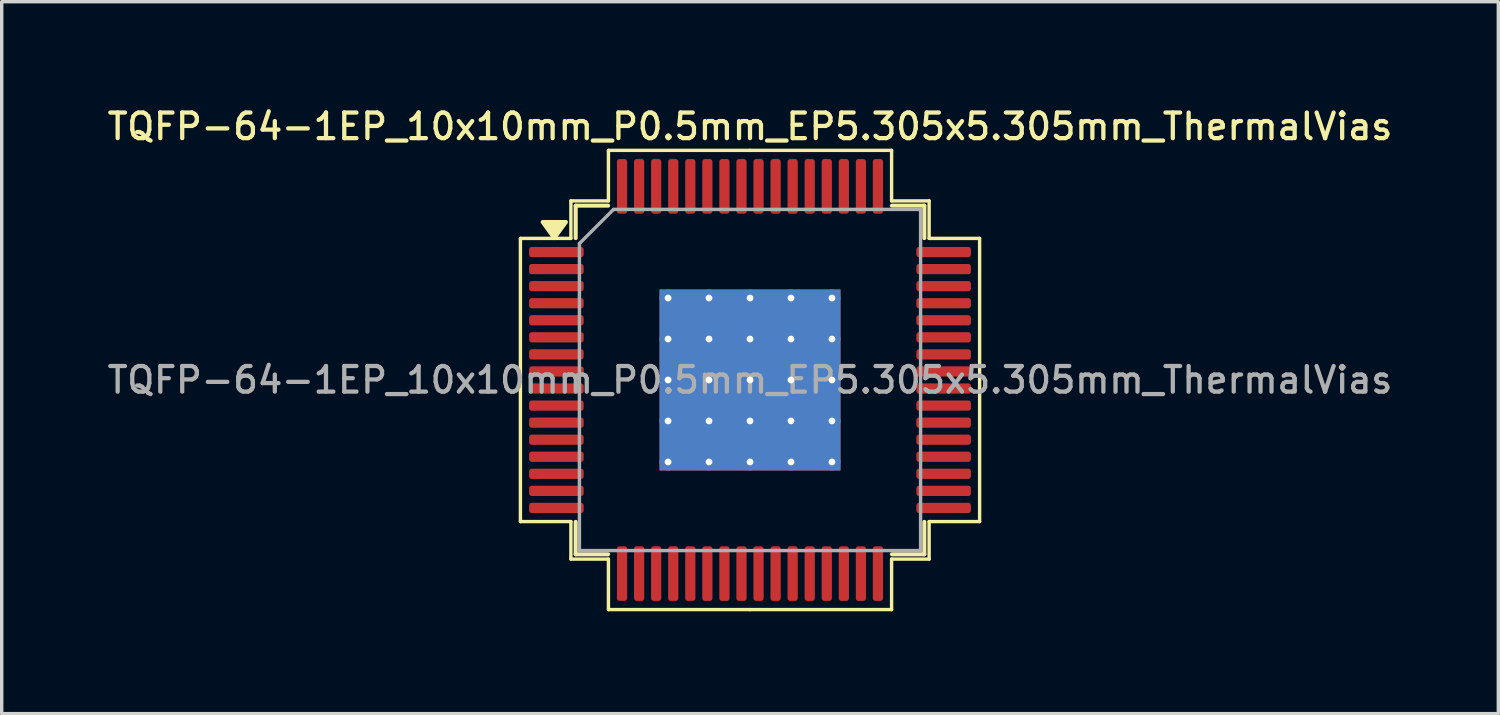
<source format=kicad_pcb>
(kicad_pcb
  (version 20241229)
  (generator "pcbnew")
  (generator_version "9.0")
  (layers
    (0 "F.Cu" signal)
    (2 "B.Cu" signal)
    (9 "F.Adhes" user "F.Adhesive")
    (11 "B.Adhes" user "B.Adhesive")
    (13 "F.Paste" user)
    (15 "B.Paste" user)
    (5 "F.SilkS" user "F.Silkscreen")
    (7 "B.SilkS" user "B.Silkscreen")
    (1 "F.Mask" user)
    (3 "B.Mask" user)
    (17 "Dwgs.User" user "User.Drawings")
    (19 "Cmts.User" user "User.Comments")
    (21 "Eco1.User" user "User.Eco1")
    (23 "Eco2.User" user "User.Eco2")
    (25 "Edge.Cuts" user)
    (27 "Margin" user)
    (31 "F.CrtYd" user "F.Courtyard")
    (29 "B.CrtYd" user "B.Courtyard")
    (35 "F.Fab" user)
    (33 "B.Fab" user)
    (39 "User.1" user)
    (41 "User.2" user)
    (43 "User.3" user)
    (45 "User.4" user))
  (footprint "TQFP-64-1EP_10x10mm_P0.5mm_EP5.305x5.305mm_ThermalVias"
    (layer "F.Cu")
    (at 18.934 8.088)
    (property "Reference" "TQFP-64-1EP_10x10mm_P0.5mm_EP5.305x5.305mm_ThermalVias" (at 0 -7.43 0) (layer "F.SilkS") (effects (font (size 0.75 0.75) (thickness 0.125))))
    (attr smd)
    (fp_line (start -6.73 -4.15) (end -6.73 0) (stroke (width 0.1) (type solid)) (layer "F.SilkS"))
    (fp_line (start -6.73 4.15) (end -6.73 0) (stroke (width 0.1) (type solid)) (layer "F.SilkS"))
    (fp_line (start -5.25 -5.25) (end -5.25 -4.15) (stroke (width 0.1) (type solid)) (layer "F.SilkS"))
    (fp_line (start -5.25 -4.15) (end -6.73 -4.15) (stroke (width 0.1) (type solid)) (layer "F.SilkS"))
    (fp_line (start -5.25 4.15) (end -6.73 4.15) (stroke (width 0.1) (type solid)) (layer "F.SilkS"))
    (fp_line (start -5.25 5.25) (end -5.25 4.15) (stroke (width 0.1) (type solid)) (layer "F.SilkS"))
    (fp_line (start -5.11 -5.11) (end -5.11 -4.16) (stroke (width 0.12) (type solid)) (layer "F.SilkS"))
    (fp_line (start -5.11 5.11) (end -5.11 4.16) (stroke (width 0.12) (type solid)) (layer "F.SilkS"))
    (fp_line (start -4.16 -5.11) (end -5.11 -5.11) (stroke (width 0.12) (type solid)) (layer "F.SilkS"))
    (fp_line (start -4.16 5.11) (end -5.11 5.11) (stroke (width 0.12) (type solid)) (layer "F.SilkS"))
    (fp_line (start -4.15 -6.73) (end -4.15 -5.25) (stroke (width 0.1) (type solid)) (layer "F.SilkS"))
    (fp_line (start -4.15 -5.25) (end -5.25 -5.25) (stroke (width 0.1) (type solid)) (layer "F.SilkS"))
    (fp_line (start -4.15 5.25) (end -5.25 5.25) (stroke (width 0.1) (type solid)) (layer "F.SilkS"))
    (fp_line (start -4.15 6.73) (end -4.15 5.25) (stroke (width 0.1) (type solid)) (layer "F.SilkS"))
    (fp_line (start 0 -6.73) (end -4.15 -6.73) (stroke (width 0.1) (type solid)) (layer "F.SilkS"))
    (fp_line (start 0 -6.73) (end 4.15 -6.73) (stroke (width 0.1) (type solid)) (layer "F.SilkS"))
    (fp_line (start 0 6.73) (end -4.15 6.73) (stroke (width 0.1) (type solid)) (layer "F.SilkS"))
    (fp_line (start 0 6.73) (end 4.15 6.73) (stroke (width 0.1) (type solid)) (layer "F.SilkS"))
    (fp_line (start 4.15 -6.73) (end 4.15 -5.25) (stroke (width 0.1) (type solid)) (layer "F.SilkS"))
    (fp_line (start 4.15 -5.25) (end 5.25 -5.25) (stroke (width 0.1) (type solid)) (layer "F.SilkS"))
    (fp_line (start 4.15 5.25) (end 5.25 5.25) (stroke (width 0.1) (type solid)) (layer "F.SilkS"))
    (fp_line (start 4.15 6.73) (end 4.15 5.25) (stroke (width 0.1) (type solid)) (layer "F.SilkS"))
    (fp_line (start 4.16 -5.11) (end 5.11 -5.11) (stroke (width 0.12) (type solid)) (layer "F.SilkS"))
    (fp_line (start 4.16 5.11) (end 5.11 5.11) (stroke (width 0.12) (type solid)) (layer "F.SilkS"))
    (fp_line (start 5.11 -5.11) (end 5.11 -4.16) (stroke (width 0.12) (type solid)) (layer "F.SilkS"))
    (fp_line (start 5.11 5.11) (end 5.11 4.16) (stroke (width 0.12) (type solid)) (layer "F.SilkS"))
    (fp_line (start 5.25 -5.25) (end 5.25 -4.15) (stroke (width 0.1) (type solid)) (layer "F.SilkS"))
    (fp_line (start 5.25 -4.15) (end 6.73 -4.15) (stroke (width 0.1) (type solid)) (layer "F.SilkS"))
    (fp_line (start 5.25 4.15) (end 6.73 4.15) (stroke (width 0.1) (type solid)) (layer "F.SilkS"))
    (fp_line (start 5.25 5.25) (end 5.25 4.15) (stroke (width 0.1) (type solid)) (layer "F.SilkS"))
    (fp_line (start 6.73 -4.15) (end 6.73 0) (stroke (width 0.1) (type solid)) (layer "F.SilkS"))
    (fp_line (start 6.73 4.15) (end 6.73 0) (stroke (width 0.1) (type solid)) (layer "F.SilkS"))
    (fp_poly (pts (xy -5.737 -4.16) (xy -6.077 -4.63) (xy -5.397 -4.63) (xy -5.737 -4.16)) (stroke (width 0.12) (type solid)) (fill yes) (layer "F.SilkS"))
    (fp_line (start -5 -4) (end -4 -5) (stroke (width 0.1) (type solid)) (layer "F.Fab"))
    (fp_line (start -5 5) (end -5 -4) (stroke (width 0.1) (type solid)) (layer "F.Fab"))
    (fp_line (start -4 -5) (end 5 -5) (stroke (width 0.1) (type solid)) (layer "F.Fab"))
    (fp_line (start 5 -5) (end 5 5) (stroke (width 0.1) (type solid)) (layer "F.Fab"))
    (fp_line (start 5 5) (end -5 5) (stroke (width 0.1) (type solid)) (layer "F.Fab"))
    (fp_text user "${REFERENCE}" (at 0 0 0) (layer "F.Fab") (effects (font (size 0.75 0.75) (thickness 0.125))))
    (pad "" smd custom (at -1.802 -1.802) (size 0.963 0.963) (layers "F.Paste") (options (anchor circle)) (primitives (gr_poly (pts (xy -0.428 -0.34) (xy -0.34 -0.428) (xy 0.34 -0.428) (xy 0.428 -0.34) (xy 0.428 0.34) (xy 0.34 0.428) (xy -0.34 0.428) (xy -0.428 0.34)) (width 0.213) (fill yes))))
    (pad "" smd custom (at -1.802 -0.601) (size 0.963 0.963) (layers "F.Paste") (options (anchor circle)) (primitives (gr_poly (pts (xy -0.428 -0.34) (xy -0.34 -0.428) (xy 0.34 -0.428) (xy 0.428 -0.34) (xy 0.428 0.34) (xy 0.34 0.428) (xy -0.34 0.428) (xy -0.428 0.34)) (width 0.213) (fill yes))))
    (pad "" smd custom (at -1.802 0.601) (size 0.963 0.963) (layers "F.Paste") (options (anchor circle)) (primitives (gr_poly (pts (xy -0.428 -0.34) (xy -0.34 -0.428) (xy 0.34 -0.428) (xy 0.428 -0.34) (xy 0.428 0.34) (xy 0.34 0.428) (xy -0.34 0.428) (xy -0.428 0.34)) (width 0.213) (fill yes))))
    (pad "" smd custom (at -1.802 1.802) (size 0.963 0.963) (layers "F.Paste") (options (anchor circle)) (primitives (gr_poly (pts (xy -0.428 -0.34) (xy -0.34 -0.428) (xy 0.34 -0.428) (xy 0.428 -0.34) (xy 0.428 0.34) (xy 0.34 0.428) (xy -0.34 0.428) (xy -0.428 0.34)) (width 0.213) (fill yes))))
    (pad "" smd custom (at -0.601 -1.802) (size 0.963 0.963) (layers "F.Paste") (options (anchor circle)) (primitives (gr_poly (pts (xy -0.428 -0.34) (xy -0.34 -0.428) (xy 0.34 -0.428) (xy 0.428 -0.34) (xy 0.428 0.34) (xy 0.34 0.428) (xy -0.34 0.428) (xy -0.428 0.34)) (width 0.213) (fill yes))))
    (pad "" smd custom (at -0.601 -0.601) (size 0.963 0.963) (layers "F.Paste") (options (anchor circle)) (primitives (gr_poly (pts (xy -0.428 -0.34) (xy -0.34 -0.428) (xy 0.34 -0.428) (xy 0.428 -0.34) (xy 0.428 0.34) (xy 0.34 0.428) (xy -0.34 0.428) (xy -0.428 0.34)) (width 0.213) (fill yes))))
    (pad "" smd custom (at -0.601 0.601) (size 0.963 0.963) (layers "F.Paste") (options (anchor circle)) (primitives (gr_poly (pts (xy -0.428 -0.34) (xy -0.34 -0.428) (xy 0.34 -0.428) (xy 0.428 -0.34) (xy 0.428 0.34) (xy 0.34 0.428) (xy -0.34 0.428) (xy -0.428 0.34)) (width 0.213) (fill yes))))
    (pad "" smd custom (at -0.601 1.802) (size 0.963 0.963) (layers "F.Paste") (options (anchor circle)) (primitives (gr_poly (pts (xy -0.428 -0.34) (xy -0.34 -0.428) (xy 0.34 -0.428) (xy 0.428 -0.34) (xy 0.428 0.34) (xy 0.34 0.428) (xy -0.34 0.428) (xy -0.428 0.34)) (width 0.213) (fill yes))))
    (pad "" smd custom (at 0.601 -1.802) (size 0.963 0.963) (layers "F.Paste") (options (anchor circle)) (primitives (gr_poly (pts (xy -0.428 -0.34) (xy -0.34 -0.428) (xy 0.34 -0.428) (xy 0.428 -0.34) (xy 0.428 0.34) (xy 0.34 0.428) (xy -0.34 0.428) (xy -0.428 0.34)) (width 0.213) (fill yes))))
    (pad "" smd custom (at 0.601 -0.601) (size 0.963 0.963) (layers "F.Paste") (options (anchor circle)) (primitives (gr_poly (pts (xy -0.428 -0.34) (xy -0.34 -0.428) (xy 0.34 -0.428) (xy 0.428 -0.34) (xy 0.428 0.34) (xy 0.34 0.428) (xy -0.34 0.428) (xy -0.428 0.34)) (width 0.213) (fill yes))))
    (pad "" smd custom (at 0.601 0.601) (size 0.963 0.963) (layers "F.Paste") (options (anchor circle)) (primitives (gr_poly (pts (xy -0.428 -0.34) (xy -0.34 -0.428) (xy 0.34 -0.428) (xy 0.428 -0.34) (xy 0.428 0.34) (xy 0.34 0.428) (xy -0.34 0.428) (xy -0.428 0.34)) (width 0.213) (fill yes))))
    (pad "" smd custom (at 0.601 1.802) (size 0.963 0.963) (layers "F.Paste") (options (anchor circle)) (primitives (gr_poly (pts (xy -0.428 -0.34) (xy -0.34 -0.428) (xy 0.34 -0.428) (xy 0.428 -0.34) (xy 0.428 0.34) (xy 0.34 0.428) (xy -0.34 0.428) (xy -0.428 0.34)) (width 0.213) (fill yes))))
    (pad "" smd custom (at 1.802 -1.802) (size 0.963 0.963) (layers "F.Paste") (options (anchor circle)) (primitives (gr_poly (pts (xy -0.428 -0.34) (xy -0.34 -0.428) (xy 0.34 -0.428) (xy 0.428 -0.34) (xy 0.428 0.34) (xy 0.34 0.428) (xy -0.34 0.428) (xy -0.428 0.34)) (width 0.213) (fill yes))))
    (pad "" smd custom (at 1.802 -0.601) (size 0.963 0.963) (layers "F.Paste") (options (anchor circle)) (primitives (gr_poly (pts (xy -0.428 -0.34) (xy -0.34 -0.428) (xy 0.34 -0.428) (xy 0.428 -0.34) (xy 0.428 0.34) (xy 0.34 0.428) (xy -0.34 0.428) (xy -0.428 0.34)) (width 0.213) (fill yes))))
    (pad "" smd custom (at 1.802 0.601) (size 0.963 0.963) (layers "F.Paste") (options (anchor circle)) (primitives (gr_poly (pts (xy -0.428 -0.34) (xy -0.34 -0.428) (xy 0.34 -0.428) (xy 0.428 -0.34) (xy 0.428 0.34) (xy 0.34 0.428) (xy -0.34 0.428) (xy -0.428 0.34)) (width 0.213) (fill yes))))
    (pad "" smd custom (at 1.802 1.802) (size 0.963 0.963) (layers "F.Paste") (options (anchor circle)) (primitives (gr_poly (pts (xy -0.428 -0.34) (xy -0.34 -0.428) (xy 0.34 -0.428) (xy 0.428 -0.34) (xy 0.428 0.34) (xy 0.34 0.428) (xy -0.34 0.428) (xy -0.428 0.34)) (width 0.213) (fill yes))))
    (pad "1" smd roundrect (at -5.675 -3.75) (size 1.6 0.3) (layers "F.Cu" "F.Mask" "F.Paste") (roundrect_rratio 0.25))
    (pad "2" smd roundrect (at -5.675 -3.25) (size 1.6 0.3) (layers "F.Cu" "F.Mask" "F.Paste") (roundrect_rratio 0.25))
    (pad "3" smd roundrect (at -5.675 -2.75) (size 1.6 0.3) (layers "F.Cu" "F.Mask" "F.Paste") (roundrect_rratio 0.25))
    (pad "4" smd roundrect (at -5.675 -2.25) (size 1.6 0.3) (layers "F.Cu" "F.Mask" "F.Paste") (roundrect_rratio 0.25))
    (pad "5" smd roundrect (at -5.675 -1.75) (size 1.6 0.3) (layers "F.Cu" "F.Mask" "F.Paste") (roundrect_rratio 0.25))
    (pad "6" smd roundrect (at -5.675 -1.25) (size 1.6 0.3) (layers "F.Cu" "F.Mask" "F.Paste") (roundrect_rratio 0.25))
    (pad "7" smd roundrect (at -5.675 -0.75) (size 1.6 0.3) (layers "F.Cu" "F.Mask" "F.Paste") (roundrect_rratio 0.25))
    (pad "8" smd roundrect (at -5.675 -0.25) (size 1.6 0.3) (layers "F.Cu" "F.Mask" "F.Paste") (roundrect_rratio 0.25))
    (pad "9" smd roundrect (at -5.675 0.25) (size 1.6 0.3) (layers "F.Cu" "F.Mask" "F.Paste") (roundrect_rratio 0.25))
    (pad "10" smd roundrect (at -5.675 0.75) (size 1.6 0.3) (layers "F.Cu" "F.Mask" "F.Paste") (roundrect_rratio 0.25))
    (pad "11" smd roundrect (at -5.675 1.25) (size 1.6 0.3) (layers "F.Cu" "F.Mask" "F.Paste") (roundrect_rratio 0.25))
    (pad "12" smd roundrect (at -5.675 1.75) (size 1.6 0.3) (layers "F.Cu" "F.Mask" "F.Paste") (roundrect_rratio 0.25))
    (pad "13" smd roundrect (at -5.675 2.25) (size 1.6 0.3) (layers "F.Cu" "F.Mask" "F.Paste") (roundrect_rratio 0.25))
    (pad "14" smd roundrect (at -5.675 2.75) (size 1.6 0.3) (layers "F.Cu" "F.Mask" "F.Paste") (roundrect_rratio 0.25))
    (pad "15" smd roundrect (at -5.675 3.25) (size 1.6 0.3) (layers "F.Cu" "F.Mask" "F.Paste") (roundrect_rratio 0.25))
    (pad "16" smd roundrect (at -5.675 3.75) (size 1.6 0.3) (layers "F.Cu" "F.Mask" "F.Paste") (roundrect_rratio 0.25))
    (pad "17" smd roundrect (at -3.75 5.675) (size 0.3 1.6) (layers "F.Cu" "F.Mask" "F.Paste") (roundrect_rratio 0.25))
    (pad "18" smd roundrect (at -3.25 5.675) (size 0.3 1.6) (layers "F.Cu" "F.Mask" "F.Paste") (roundrect_rratio 0.25))
    (pad "19" smd roundrect (at -2.75 5.675) (size 0.3 1.6) (layers "F.Cu" "F.Mask" "F.Paste") (roundrect_rratio 0.25))
    (pad "20" smd roundrect (at -2.25 5.675) (size 0.3 1.6) (layers "F.Cu" "F.Mask" "F.Paste") (roundrect_rratio 0.25))
    (pad "21" smd roundrect (at -1.75 5.675) (size 0.3 1.6) (layers "F.Cu" "F.Mask" "F.Paste") (roundrect_rratio 0.25))
    (pad "22" smd roundrect (at -1.25 5.675) (size 0.3 1.6) (layers "F.Cu" "F.Mask" "F.Paste") (roundrect_rratio 0.25))
    (pad "23" smd roundrect (at -0.75 5.675) (size 0.3 1.6) (layers "F.Cu" "F.Mask" "F.Paste") (roundrect_rratio 0.25))
    (pad "24" smd roundrect (at -0.25 5.675) (size 0.3 1.6) (layers "F.Cu" "F.Mask" "F.Paste") (roundrect_rratio 0.25))
    (pad "25" smd roundrect (at 0.25 5.675) (size 0.3 1.6) (layers "F.Cu" "F.Mask" "F.Paste") (roundrect_rratio 0.25))
    (pad "26" smd roundrect (at 0.75 5.675) (size 0.3 1.6) (layers "F.Cu" "F.Mask" "F.Paste") (roundrect_rratio 0.25))
    (pad "27" smd roundrect (at 1.25 5.675) (size 0.3 1.6) (layers "F.Cu" "F.Mask" "F.Paste") (roundrect_rratio 0.25))
    (pad "28" smd roundrect (at 1.75 5.675) (size 0.3 1.6) (layers "F.Cu" "F.Mask" "F.Paste") (roundrect_rratio 0.25))
    (pad "29" smd roundrect (at 2.25 5.675) (size 0.3 1.6) (layers "F.Cu" "F.Mask" "F.Paste") (roundrect_rratio 0.25))
    (pad "30" smd roundrect (at 2.75 5.675) (size 0.3 1.6) (layers "F.Cu" "F.Mask" "F.Paste") (roundrect_rratio 0.25))
    (pad "31" smd roundrect (at 3.25 5.675) (size 0.3 1.6) (layers "F.Cu" "F.Mask" "F.Paste") (roundrect_rratio 0.25))
    (pad "32" smd roundrect (at 3.75 5.675) (size 0.3 1.6) (layers "F.Cu" "F.Mask" "F.Paste") (roundrect_rratio 0.25))
    (pad "33" smd roundrect (at 5.675 3.75) (size 1.6 0.3) (layers "F.Cu" "F.Mask" "F.Paste") (roundrect_rratio 0.25))
    (pad "34" smd roundrect (at 5.675 3.25) (size 1.6 0.3) (layers "F.Cu" "F.Mask" "F.Paste") (roundrect_rratio 0.25))
    (pad "35" smd roundrect (at 5.675 2.75) (size 1.6 0.3) (layers "F.Cu" "F.Mask" "F.Paste") (roundrect_rratio 0.25))
    (pad "36" smd roundrect (at 5.675 2.25) (size 1.6 0.3) (layers "F.Cu" "F.Mask" "F.Paste") (roundrect_rratio 0.25))
    (pad "37" smd roundrect (at 5.675 1.75) (size 1.6 0.3) (layers "F.Cu" "F.Mask" "F.Paste") (roundrect_rratio 0.25))
    (pad "38" smd roundrect (at 5.675 1.25) (size 1.6 0.3) (layers "F.Cu" "F.Mask" "F.Paste") (roundrect_rratio 0.25))
    (pad "39" smd roundrect (at 5.675 0.75) (size 1.6 0.3) (layers "F.Cu" "F.Mask" "F.Paste") (roundrect_rratio 0.25))
    (pad "40" smd roundrect (at 5.675 0.25) (size 1.6 0.3) (layers "F.Cu" "F.Mask" "F.Paste") (roundrect_rratio 0.25))
    (pad "41" smd roundrect (at 5.675 -0.25) (size 1.6 0.3) (layers "F.Cu" "F.Mask" "F.Paste") (roundrect_rratio 0.25))
    (pad "42" smd roundrect (at 5.675 -0.75) (size 1.6 0.3) (layers "F.Cu" "F.Mask" "F.Paste") (roundrect_rratio 0.25))
    (pad "43" smd roundrect (at 5.675 -1.25) (size 1.6 0.3) (layers "F.Cu" "F.Mask" "F.Paste") (roundrect_rratio 0.25))
    (pad "44" smd roundrect (at 5.675 -1.75) (size 1.6 0.3) (layers "F.Cu" "F.Mask" "F.Paste") (roundrect_rratio 0.25))
    (pad "45" smd roundrect (at 5.675 -2.25) (size 1.6 0.3) (layers "F.Cu" "F.Mask" "F.Paste") (roundrect_rratio 0.25))
    (pad "46" smd roundrect (at 5.675 -2.75) (size 1.6 0.3) (layers "F.Cu" "F.Mask" "F.Paste") (roundrect_rratio 0.25))
    (pad "47" smd roundrect (at 5.675 -3.25) (size 1.6 0.3) (layers "F.Cu" "F.Mask" "F.Paste") (roundrect_rratio 0.25))
    (pad "48" smd roundrect (at 5.675 -3.75) (size 1.6 0.3) (layers "F.Cu" "F.Mask" "F.Paste") (roundrect_rratio 0.25))
    (pad "49" smd roundrect (at 3.75 -5.675) (size 0.3 1.6) (layers "F.Cu" "F.Mask" "F.Paste") (roundrect_rratio 0.25))
    (pad "50" smd roundrect (at 3.25 -5.675) (size 0.3 1.6) (layers "F.Cu" "F.Mask" "F.Paste") (roundrect_rratio 0.25))
    (pad "51" smd roundrect (at 2.75 -5.675) (size 0.3 1.6) (layers "F.Cu" "F.Mask" "F.Paste") (roundrect_rratio 0.25))
    (pad "52" smd roundrect (at 2.25 -5.675) (size 0.3 1.6) (layers "F.Cu" "F.Mask" "F.Paste") (roundrect_rratio 0.25))
    (pad "53" smd roundrect (at 1.75 -5.675) (size 0.3 1.6) (layers "F.Cu" "F.Mask" "F.Paste") (roundrect_rratio 0.25))
    (pad "54" smd roundrect (at 1.25 -5.675) (size 0.3 1.6) (layers "F.Cu" "F.Mask" "F.Paste") (roundrect_rratio 0.25))
    (pad "55" smd roundrect (at 0.75 -5.675) (size 0.3 1.6) (layers "F.Cu" "F.Mask" "F.Paste") (roundrect_rratio 0.25))
    (pad "56" smd roundrect (at 0.25 -5.675) (size 0.3 1.6) (layers "F.Cu" "F.Mask" "F.Paste") (roundrect_rratio 0.25))
    (pad "57" smd roundrect (at -0.25 -5.675) (size 0.3 1.6) (layers "F.Cu" "F.Mask" "F.Paste") (roundrect_rratio 0.25))
    (pad "58" smd roundrect (at -0.75 -5.675) (size 0.3 1.6) (layers "F.Cu" "F.Mask" "F.Paste") (roundrect_rratio 0.25))
    (pad "59" smd roundrect (at -1.25 -5.675) (size 0.3 1.6) (layers "F.Cu" "F.Mask" "F.Paste") (roundrect_rratio 0.25))
    (pad "60" smd roundrect (at -1.75 -5.675) (size 0.3 1.6) (layers "F.Cu" "F.Mask" "F.Paste") (roundrect_rratio 0.25))
    (pad "61" smd roundrect (at -2.25 -5.675) (size 0.3 1.6) (layers "F.Cu" "F.Mask" "F.Paste") (roundrect_rratio 0.25))
    (pad "62" smd roundrect (at -2.75 -5.675) (size 0.3 1.6) (layers "F.Cu" "F.Mask" "F.Paste") (roundrect_rratio 0.25))
    (pad "63" smd roundrect (at -3.25 -5.675) (size 0.3 1.6) (layers "F.Cu" "F.Mask" "F.Paste") (roundrect_rratio 0.25))
    (pad "64" smd roundrect (at -3.75 -5.675) (size 0.3 1.6) (layers "F.Cu" "F.Mask" "F.Paste") (roundrect_rratio 0.25))
    (pad "65" thru_hole circle (at -2.402 -2.402) (size 0.5 0.5) (drill 0.2) (property pad_prop_heatsink) (layers "*.Cu"))
    (pad "65" thru_hole circle (at -2.402 -1.201) (size 0.5 0.5) (drill 0.2) (property pad_prop_heatsink) (layers "*.Cu"))
    (pad "65" thru_hole circle (at -2.402 0) (size 0.5 0.5) (drill 0.2) (property pad_prop_heatsink) (layers "*.Cu"))
    (pad "65" thru_hole circle (at -2.402 1.201) (size 0.5 0.5) (drill 0.2) (property pad_prop_heatsink) (layers "*.Cu"))
    (pad "65" thru_hole circle (at -2.402 2.402) (size 0.5 0.5) (drill 0.2) (property pad_prop_heatsink) (layers "*.Cu"))
    (pad "65" thru_hole circle (at -1.201 -2.402) (size 0.5 0.5) (drill 0.2) (property pad_prop_heatsink) (layers "*.Cu"))
    (pad "65" thru_hole circle (at -1.201 -1.201) (size 0.5 0.5) (drill 0.2) (property pad_prop_heatsink) (layers "*.Cu"))
    (pad "65" thru_hole circle (at -1.201 0) (size 0.5 0.5) (drill 0.2) (property pad_prop_heatsink) (layers "*.Cu"))
    (pad "65" thru_hole circle (at -1.201 1.201) (size 0.5 0.5) (drill 0.2) (property pad_prop_heatsink) (layers "*.Cu"))
    (pad "65" thru_hole circle (at -1.201 2.402) (size 0.5 0.5) (drill 0.2) (property pad_prop_heatsink) (layers "*.Cu"))
    (pad "65" thru_hole circle (at 0 -2.402) (size 0.5 0.5) (drill 0.2) (property pad_prop_heatsink) (layers "*.Cu"))
    (pad "65" thru_hole circle (at 0 -1.201) (size 0.5 0.5) (drill 0.2) (property pad_prop_heatsink) (layers "*.Cu"))
    (pad "65" thru_hole circle (at 0 0) (size 0.5 0.5) (drill 0.2) (property pad_prop_heatsink) (layers "*.Cu"))
    (pad "65" smd rect (at 0 0) (size 5.305 5.305) (property pad_prop_heatsink) (layers "F.Cu" "F.Mask"))
    (pad "65" smd rect (at 0 0) (size 5.305 5.305) (property pad_prop_heatsink) (layers "B.Cu"))
    (pad "65" thru_hole circle (at 0 1.201) (size 0.5 0.5) (drill 0.2) (property pad_prop_heatsink) (layers "*.Cu"))
    (pad "65" thru_hole circle (at 0 2.402) (size 0.5 0.5) (drill 0.2) (property pad_prop_heatsink) (layers "*.Cu"))
    (pad "65" thru_hole circle (at 1.201 -2.402) (size 0.5 0.5) (drill 0.2) (property pad_prop_heatsink) (layers "*.Cu"))
    (pad "65" thru_hole circle (at 1.201 -1.201) (size 0.5 0.5) (drill 0.2) (property pad_prop_heatsink) (layers "*.Cu"))
    (pad "65" thru_hole circle (at 1.201 0) (size 0.5 0.5) (drill 0.2) (property pad_prop_heatsink) (layers "*.Cu"))
    (pad "65" thru_hole circle (at 1.201 1.201) (size 0.5 0.5) (drill 0.2) (property pad_prop_heatsink) (layers "*.Cu"))
    (pad "65" thru_hole circle (at 1.201 2.402) (size 0.5 0.5) (drill 0.2) (property pad_prop_heatsink) (layers "*.Cu"))
    (pad "65" thru_hole circle (at 2.402 -2.402) (size 0.5 0.5) (drill 0.2) (property pad_prop_heatsink) (layers "*.Cu"))
    (pad "65" thru_hole circle (at 2.402 -1.201) (size 0.5 0.5) (drill 0.2) (property pad_prop_heatsink) (layers "*.Cu"))
    (pad "65" thru_hole circle (at 2.402 0) (size 0.5 0.5) (drill 0.2) (property pad_prop_heatsink) (layers "*.Cu"))
    (pad "65" thru_hole circle (at 2.402 1.201) (size 0.5 0.5) (drill 0.2) (property pad_prop_heatsink) (layers "*.Cu"))
    (pad "65" thru_hole circle (at 2.402 2.402) (size 0.5 0.5) (drill 0.2) (property pad_prop_heatsink) (layers "*.Cu")))
  (gr_rect
    (start -3 -3)
    (end 40.868 17.868)
    (stroke (width 0.1) (type default))
    (fill no)
    (layer "Edge.Cuts")))
</source>
